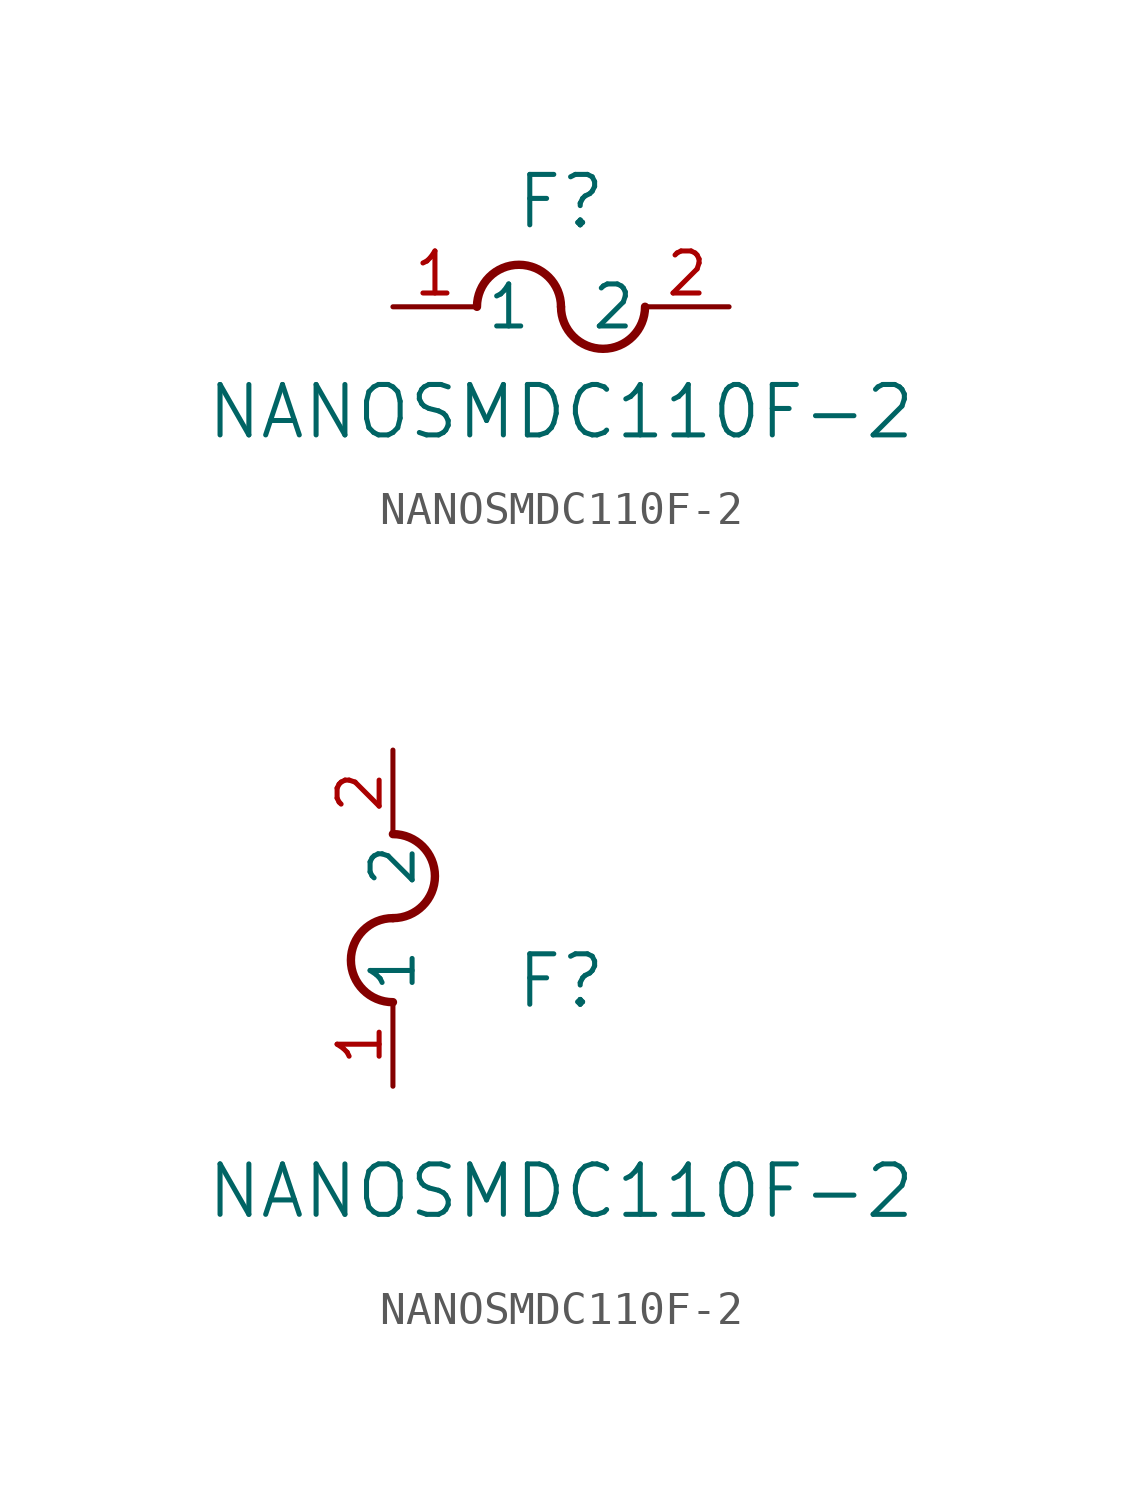
<source format=kicad_sym>
(kicad_symbol_lib
  (version 20211014)
  (generator kicad_symbol_editor)
  (symbol "NANOSMDC110F-2"
    (pin_names
      (offset 0.254))
    (property "Reference" "F"
      (at 5.08 3.175 0)
      (effects (font (size 1.524 1.524))))
    (property "Value" "NANOSMDC110F-2"
      (at 5.08 -3.175 0)
      (effects (font (size 1.524 1.524))))
    (symbol "NANOSMDC110F-2_1_1"
      (arc (start 5.08 0) (mid 3.81 1.27) (end 2.54 0) (stroke (width 0.254) (type default) (color 0 0 0 0)) (fill (type none)))
      (arc (start 5.08 0) (mid 6.35 -1.27) (end 7.62 0) (stroke (width 0.254) (type default) (color 0 0 0 0)) (fill (type none)))
      (pin unspecified line (at 0 0 0) (length 2.54) (name "1" (effects (font (size 1.27 1.27)))) (number "1" (effects (font (size 1.27 1.27)))))
      (pin unspecified line (at 10.16 0 180) (length 2.54) (name "2" (effects (font (size 1.27 1.27)))) (number "2" (effects (font (size 1.27 1.27))))))
    (symbol "NANOSMDC110F-2_1_2"
      (arc (start 0 5.08) (mid -1.27 3.81) (end 0 2.54) (stroke (width 0.254) (type default) (color 0 0 0 0)) (fill (type none)))
      (arc (start 0 5.08) (mid 1.27 6.35) (end 0 7.62) (stroke (width 0.254) (type default) (color 0 0 0 0)) (fill (type none)))
      (pin unspecified line (at 0 0 90) (length 2.54) (name "1" (effects (font (size 1.27 1.27)))) (number "1" (effects (font (size 1.27 1.27)))))
      (pin unspecified line (at 0 10.16 270) (length 2.54) (name "2" (effects (font (size 1.27 1.27)))) (number "2" (effects (font (size 1.27 1.27))))))))
</source>
